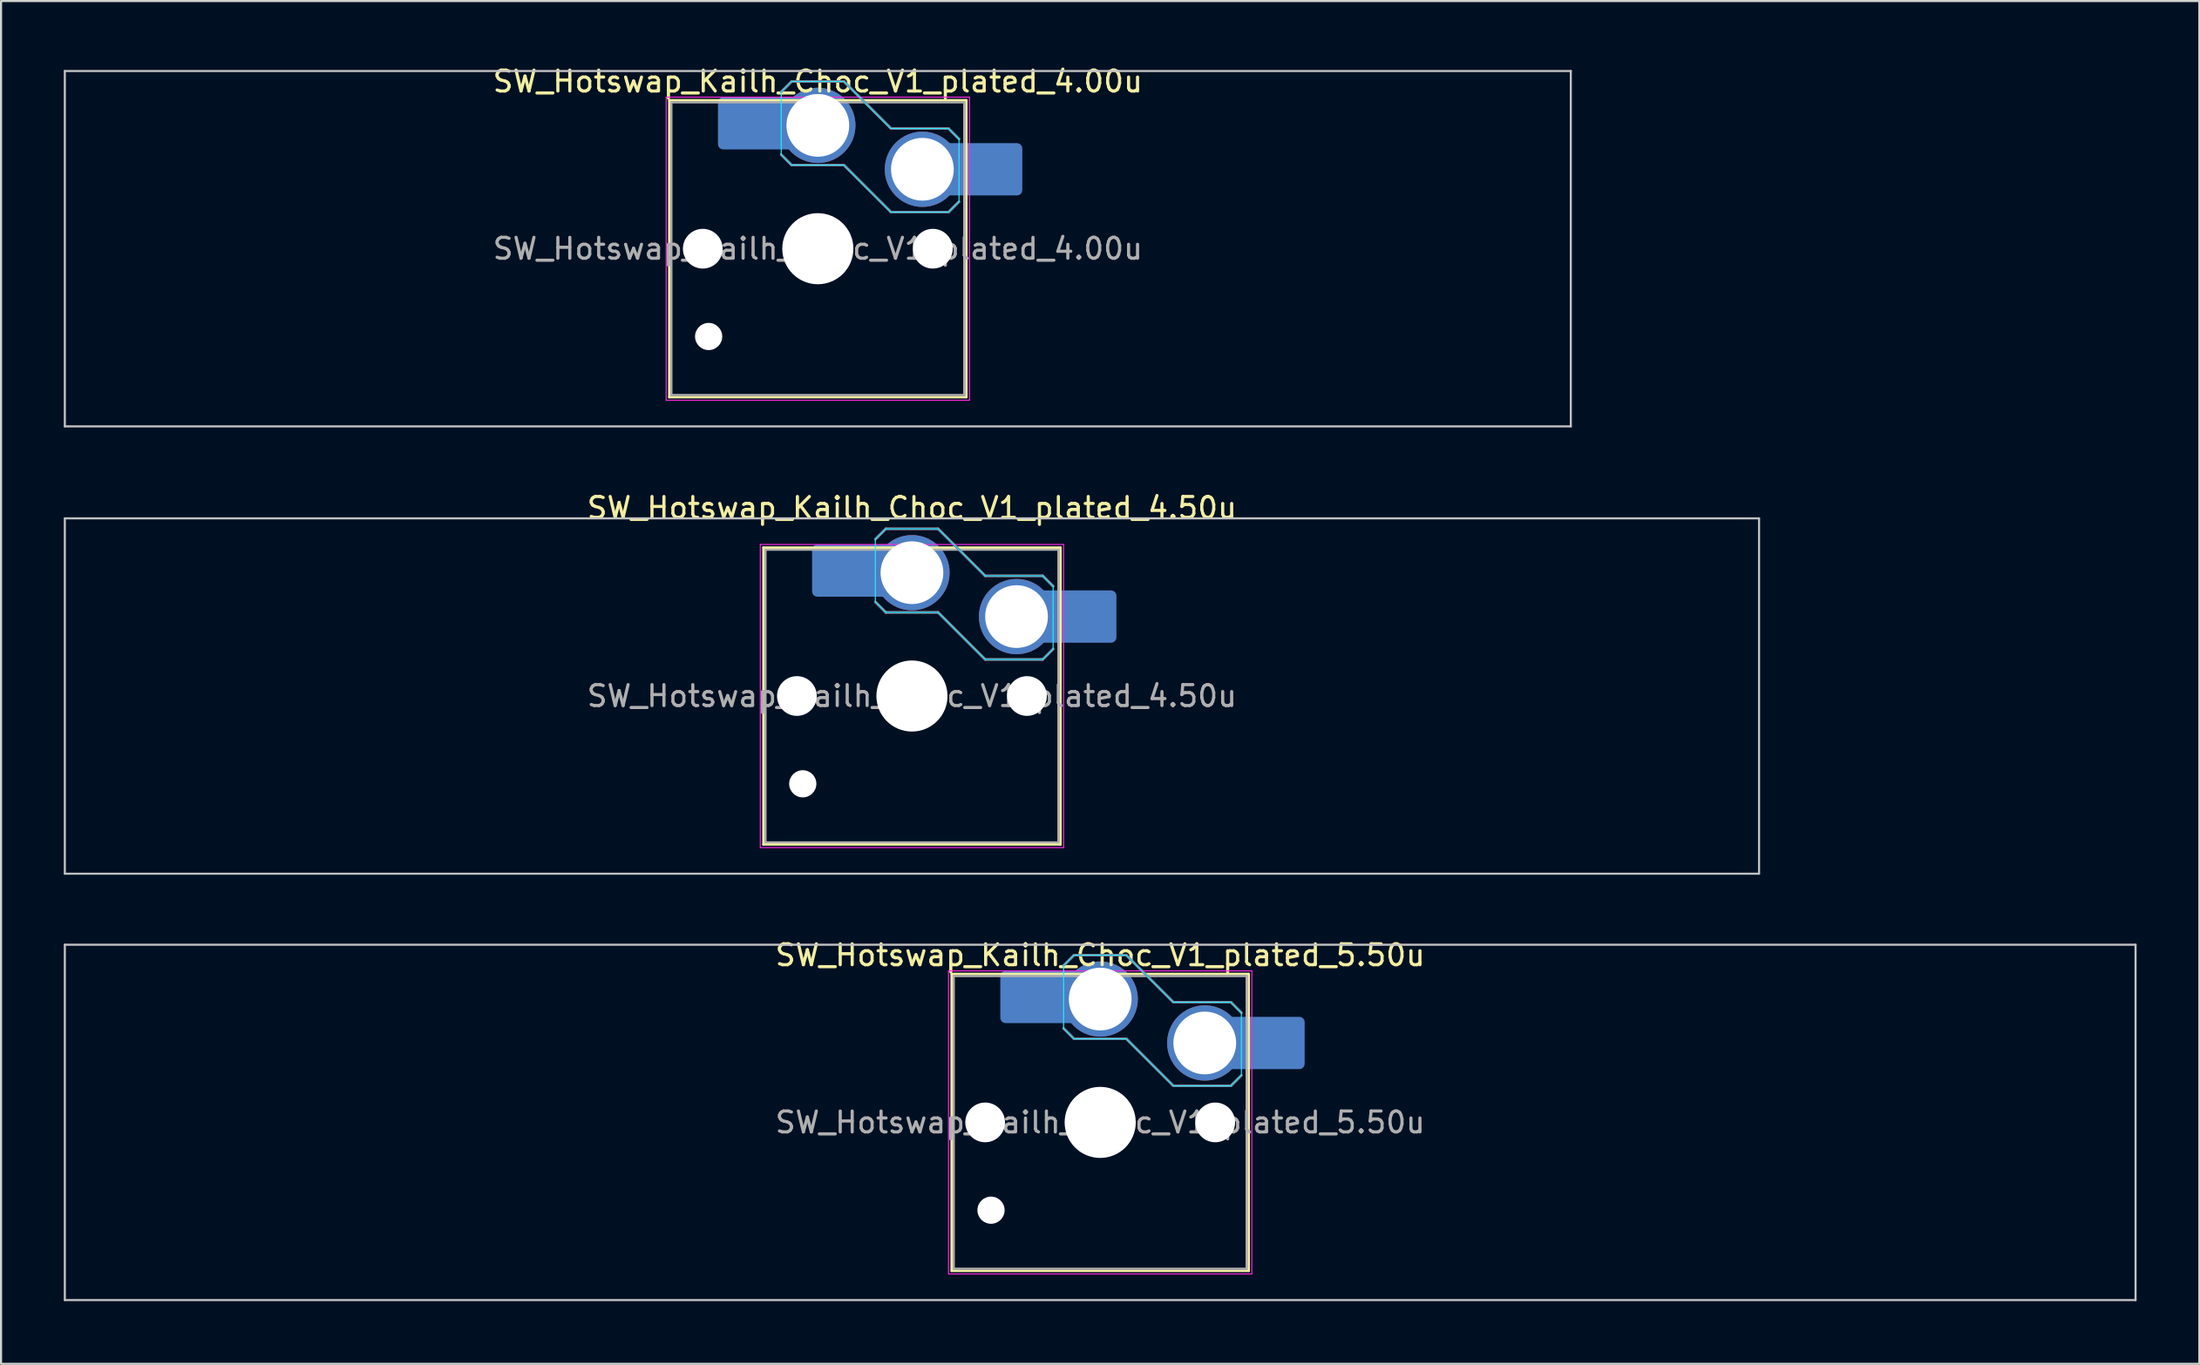
<source format=kicad_pcb>
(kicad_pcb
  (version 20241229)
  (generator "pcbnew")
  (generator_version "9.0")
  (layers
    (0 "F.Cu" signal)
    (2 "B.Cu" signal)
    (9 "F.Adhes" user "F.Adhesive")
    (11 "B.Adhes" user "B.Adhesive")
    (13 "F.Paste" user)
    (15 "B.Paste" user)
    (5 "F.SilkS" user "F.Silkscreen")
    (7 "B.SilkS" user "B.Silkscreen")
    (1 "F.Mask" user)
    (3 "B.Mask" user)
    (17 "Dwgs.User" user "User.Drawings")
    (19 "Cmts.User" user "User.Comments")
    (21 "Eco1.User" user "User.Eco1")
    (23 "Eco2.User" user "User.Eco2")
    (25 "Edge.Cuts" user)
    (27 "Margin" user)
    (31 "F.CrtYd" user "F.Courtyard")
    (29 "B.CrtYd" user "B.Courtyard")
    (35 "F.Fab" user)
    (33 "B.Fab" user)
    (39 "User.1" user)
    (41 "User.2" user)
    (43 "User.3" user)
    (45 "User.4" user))
  (footprint "SW_Hotswap_Kailh_Choc_V1_plated_4.50u"
    (layer "F.Cu")
    (at 40.55 30.247)
    (property "Reference" "SW_Hotswap_Kailh_Choc_V1_plated_4.50u" (at 0 -9 0) (layer "F.SilkS") (effects (font (size 1 1) (thickness 0.15))))
    (attr smd)
    (fp_line (start -7.1 -7.1) (end -7.1 7.1) (stroke (width 0.12) (type solid)) (layer "F.SilkS"))
    (fp_line (start -7.1 7.1) (end 7.1 7.1) (stroke (width 0.12) (type solid)) (layer "F.SilkS"))
    (fp_line (start 7.1 -7.1) (end -7.1 -7.1) (stroke (width 0.12) (type solid)) (layer "F.SilkS"))
    (fp_line (start 7.1 7.1) (end 7.1 -7.1) (stroke (width 0.12) (type solid)) (layer "F.SilkS"))
    (fp_line (start -1.75 -7.5) (end -1.25 -8) (stroke (width 0.12) (type solid)) (layer "B.SilkS"))
    (fp_line (start -1.25 -8) (end 1.25 -8) (stroke (width 0.12) (type solid)) (layer "B.SilkS"))
    (fp_line (start -1.25 -4) (end -1.75 -4.5) (stroke (width 0.12) (type solid)) (layer "B.SilkS"))
    (fp_line (start 1.25 -8) (end 3.5 -5.75) (stroke (width 0.12) (type solid)) (layer "B.SilkS"))
    (fp_line (start 1.25 -4) (end -1.25 -4) (stroke (width 0.12) (type solid)) (layer "B.SilkS"))
    (fp_line (start 3.5 -5.75) (end 6.25 -5.75) (stroke (width 0.12) (type solid)) (layer "B.SilkS"))
    (fp_line (start 3.5 -1.75) (end 1.25 -4) (stroke (width 0.12) (type solid)) (layer "B.SilkS"))
    (fp_line (start 6.25 -5.75) (end 6.75 -5.25) (stroke (width 0.12) (type solid)) (layer "B.SilkS"))
    (fp_line (start 6.25 -1.75) (end 3.5 -1.75) (stroke (width 0.12) (type solid)) (layer "B.SilkS"))
    (fp_line (start 6.75 -2.25) (end 6.25 -1.75) (stroke (width 0.12) (type solid)) (layer "B.SilkS"))
    (fp_line (start -40.5 -8.5) (end -40.5 8.5) (stroke (width 0.1) (type solid)) (layer "Dwgs.User"))
    (fp_line (start -40.5 8.5) (end 40.5 8.5) (stroke (width 0.1) (type solid)) (layer "Dwgs.User"))
    (fp_line (start 40.5 -8.5) (end -40.5 -8.5) (stroke (width 0.1) (type solid)) (layer "Dwgs.User"))
    (fp_line (start 40.5 8.5) (end 40.5 -8.5) (stroke (width 0.1) (type solid)) (layer "Dwgs.User"))
    (fp_line (start -1.75 -7.5) (end -1.25 -8) (stroke (width 0.05) (type solid)) (layer "B.CrtYd"))
    (fp_line (start -1.75 -4.5) (end -1.75 -7.5) (stroke (width 0.05) (type solid)) (layer "B.CrtYd"))
    (fp_line (start -1.25 -8) (end 1.25 -8) (stroke (width 0.05) (type solid)) (layer "B.CrtYd"))
    (fp_line (start -1.25 -4) (end -1.75 -4.5) (stroke (width 0.05) (type solid)) (layer "B.CrtYd"))
    (fp_line (start 1.25 -8) (end 3.5 -5.75) (stroke (width 0.05) (type solid)) (layer "B.CrtYd"))
    (fp_line (start 1.25 -4) (end -1.25 -4) (stroke (width 0.05) (type solid)) (layer "B.CrtYd"))
    (fp_line (start 3.5 -5.75) (end 6.25 -5.75) (stroke (width 0.05) (type solid)) (layer "B.CrtYd"))
    (fp_line (start 3.5 -1.75) (end 1.25 -4) (stroke (width 0.05) (type solid)) (layer "B.CrtYd"))
    (fp_line (start 6.25 -5.75) (end 6.75 -5.25) (stroke (width 0.05) (type solid)) (layer "B.CrtYd"))
    (fp_line (start 6.25 -1.75) (end 3.5 -1.75) (stroke (width 0.05) (type solid)) (layer "B.CrtYd"))
    (fp_line (start 6.75 -5.25) (end 6.75 -2.25) (stroke (width 0.05) (type solid)) (layer "B.CrtYd"))
    (fp_line (start 6.75 -2.25) (end 6.25 -1.75) (stroke (width 0.05) (type solid)) (layer "B.CrtYd"))
    (fp_line (start -7.25 -7.25) (end -7.25 7.25) (stroke (width 0.05) (type solid)) (layer "F.CrtYd"))
    (fp_line (start -7.25 7.25) (end 7.25 7.25) (stroke (width 0.05) (type solid)) (layer "F.CrtYd"))
    (fp_line (start 7.25 -7.25) (end -7.25 -7.25) (stroke (width 0.05) (type solid)) (layer "F.CrtYd"))
    (fp_line (start 7.25 7.25) (end 7.25 -7.25) (stroke (width 0.05) (type solid)) (layer "F.CrtYd"))
    (fp_line (start -1.75 -7.5) (end -1.25 -8) (stroke (width 0.1) (type solid)) (layer "B.Fab"))
    (fp_line (start -1.25 -8) (end 1.25 -8) (stroke (width 0.1) (type solid)) (layer "B.Fab"))
    (fp_line (start -1.25 -4) (end -1.75 -4.5) (stroke (width 0.1) (type solid)) (layer "B.Fab"))
    (fp_line (start 1.25 -8) (end 3.5 -5.75) (stroke (width 0.1) (type solid)) (layer "B.Fab"))
    (fp_line (start 1.25 -4) (end -1.25 -4) (stroke (width 0.1) (type solid)) (layer "B.Fab"))
    (fp_line (start 3.5 -5.75) (end 6.25 -5.75) (stroke (width 0.1) (type solid)) (layer "B.Fab"))
    (fp_line (start 3.5 -1.75) (end 1.25 -4) (stroke (width 0.1) (type solid)) (layer "B.Fab"))
    (fp_line (start 6.25 -5.75) (end 6.75 -5.25) (stroke (width 0.1) (type solid)) (layer "B.Fab"))
    (fp_line (start 6.25 -1.75) (end 3.5 -1.75) (stroke (width 0.1) (type solid)) (layer "B.Fab"))
    (fp_line (start 6.75 -2.25) (end 6.25 -1.75) (stroke (width 0.1) (type solid)) (layer "B.Fab"))
    (fp_line (start -7 -7) (end -7 7) (stroke (width 0.1) (type solid)) (layer "F.Fab"))
    (fp_line (start -7 7) (end 7 7) (stroke (width 0.1) (type solid)) (layer "F.Fab"))
    (fp_line (start 7 -7) (end -7 -7) (stroke (width 0.1) (type solid)) (layer "F.Fab"))
    (fp_line (start 7 7) (end 7 -7) (stroke (width 0.1) (type solid)) (layer "F.Fab"))
    (fp_text user "${REFERENCE}" (at 0 0 0) (layer "F.Fab") (effects (font (size 1 1) (thickness 0.15))))
    (pad "" np_thru_hole circle (at -5.5 0) (size 1.9 1.9) (drill 1.9) (layers "*.Cu" "*.Mask"))
    (pad "" np_thru_hole circle (at -5.22 4.2) (size 1.3 1.3) (drill 1.3) (layers "*.Cu" "*.Mask"))
    (pad "" smd roundrect (at -3.5 -6) (size 2.55 2.5) (layers "B.Mask" "B.Paste") (roundrect_rratio 0.1))
    (pad "" np_thru_hole circle (at 0 0) (size 3.4 3.4) (drill 3.4) (layers "*.Cu" "*.Mask"))
    (pad "" np_thru_hole circle (at 5.5 0) (size 1.9 1.9) (drill 1.9) (layers "*.Cu" "*.Mask"))
    (pad "" smd roundrect (at 8.5 -3.8) (size 2.55 2.5) (layers "B.Mask" "B.Paste") (roundrect_rratio 0.1))
    (pad "1" smd roundrect (at -2.85 -6) (size 3.85 2.5) (layers "B.Cu") (roundrect_rratio 0.1))
    (pad "1" thru_hole circle (at 0 -5.9) (size 3.6 3.6) (drill 3) (layers "*.Cu" "B.Mask"))
    (pad "2" thru_hole circle (at 5 -3.8) (size 3.6 3.6) (drill 3) (layers "*.Cu" "B.Mask"))
    (pad "2" smd roundrect (at 7.85 -3.8) (size 3.85 2.5) (layers "B.Cu") (roundrect_rratio 0.1)))
  (footprint "SW_Hotswap_Kailh_Choc_V1_plated_4.00u"
    (layer "F.Cu")
    (at 36.05 8.848)
    (property "Reference" "SW_Hotswap_Kailh_Choc_V1_plated_4.00u" (at 0 -8 0) (layer "F.SilkS") (effects (font (size 1 1) (thickness 0.15))))
    (attr smd)
    (fp_line (start -7.1 -7.1) (end -7.1 7.1) (stroke (width 0.12) (type solid)) (layer "F.SilkS"))
    (fp_line (start -7.1 7.1) (end 7.1 7.1) (stroke (width 0.12) (type solid)) (layer "F.SilkS"))
    (fp_line (start 7.1 -7.1) (end -7.1 -7.1) (stroke (width 0.12) (type solid)) (layer "F.SilkS"))
    (fp_line (start 7.1 7.1) (end 7.1 -7.1) (stroke (width 0.12) (type solid)) (layer "F.SilkS"))
    (fp_line (start -1.75 -7.5) (end -1.25 -8) (stroke (width 0.12) (type solid)) (layer "B.SilkS"))
    (fp_line (start -1.25 -8) (end 1.25 -8) (stroke (width 0.12) (type solid)) (layer "B.SilkS"))
    (fp_line (start -1.25 -4) (end -1.75 -4.5) (stroke (width 0.12) (type solid)) (layer "B.SilkS"))
    (fp_line (start 1.25 -8) (end 3.5 -5.75) (stroke (width 0.12) (type solid)) (layer "B.SilkS"))
    (fp_line (start 1.25 -4) (end -1.25 -4) (stroke (width 0.12) (type solid)) (layer "B.SilkS"))
    (fp_line (start 3.5 -5.75) (end 6.25 -5.75) (stroke (width 0.12) (type solid)) (layer "B.SilkS"))
    (fp_line (start 3.5 -1.75) (end 1.25 -4) (stroke (width 0.12) (type solid)) (layer "B.SilkS"))
    (fp_line (start 6.25 -5.75) (end 6.75 -5.25) (stroke (width 0.12) (type solid)) (layer "B.SilkS"))
    (fp_line (start 6.25 -1.75) (end 3.5 -1.75) (stroke (width 0.12) (type solid)) (layer "B.SilkS"))
    (fp_line (start 6.75 -2.25) (end 6.25 -1.75) (stroke (width 0.12) (type solid)) (layer "B.SilkS"))
    (fp_line (start -36 -8.5) (end -36 8.5) (stroke (width 0.1) (type solid)) (layer "Dwgs.User"))
    (fp_line (start -36 8.5) (end 36 8.5) (stroke (width 0.1) (type solid)) (layer "Dwgs.User"))
    (fp_line (start 36 -8.5) (end -36 -8.5) (stroke (width 0.1) (type solid)) (layer "Dwgs.User"))
    (fp_line (start 36 8.5) (end 36 -8.5) (stroke (width 0.1) (type solid)) (layer "Dwgs.User"))
    (fp_line (start -1.75 -7.5) (end -1.25 -8) (stroke (width 0.05) (type solid)) (layer "B.CrtYd"))
    (fp_line (start -1.75 -4.5) (end -1.75 -7.5) (stroke (width 0.05) (type solid)) (layer "B.CrtYd"))
    (fp_line (start -1.25 -8) (end 1.25 -8) (stroke (width 0.05) (type solid)) (layer "B.CrtYd"))
    (fp_line (start -1.25 -4) (end -1.75 -4.5) (stroke (width 0.05) (type solid)) (layer "B.CrtYd"))
    (fp_line (start 1.25 -8) (end 3.5 -5.75) (stroke (width 0.05) (type solid)) (layer "B.CrtYd"))
    (fp_line (start 1.25 -4) (end -1.25 -4) (stroke (width 0.05) (type solid)) (layer "B.CrtYd"))
    (fp_line (start 3.5 -5.75) (end 6.25 -5.75) (stroke (width 0.05) (type solid)) (layer "B.CrtYd"))
    (fp_line (start 3.5 -1.75) (end 1.25 -4) (stroke (width 0.05) (type solid)) (layer "B.CrtYd"))
    (fp_line (start 6.25 -5.75) (end 6.75 -5.25) (stroke (width 0.05) (type solid)) (layer "B.CrtYd"))
    (fp_line (start 6.25 -1.75) (end 3.5 -1.75) (stroke (width 0.05) (type solid)) (layer "B.CrtYd"))
    (fp_line (start 6.75 -5.25) (end 6.75 -2.25) (stroke (width 0.05) (type solid)) (layer "B.CrtYd"))
    (fp_line (start 6.75 -2.25) (end 6.25 -1.75) (stroke (width 0.05) (type solid)) (layer "B.CrtYd"))
    (fp_line (start -7.25 -7.25) (end -7.25 7.25) (stroke (width 0.05) (type solid)) (layer "F.CrtYd"))
    (fp_line (start -7.25 7.25) (end 7.25 7.25) (stroke (width 0.05) (type solid)) (layer "F.CrtYd"))
    (fp_line (start 7.25 -7.25) (end -7.25 -7.25) (stroke (width 0.05) (type solid)) (layer "F.CrtYd"))
    (fp_line (start 7.25 7.25) (end 7.25 -7.25) (stroke (width 0.05) (type solid)) (layer "F.CrtYd"))
    (fp_line (start -1.75 -7.5) (end -1.25 -8) (stroke (width 0.1) (type solid)) (layer "B.Fab"))
    (fp_line (start -1.25 -8) (end 1.25 -8) (stroke (width 0.1) (type solid)) (layer "B.Fab"))
    (fp_line (start -1.25 -4) (end -1.75 -4.5) (stroke (width 0.1) (type solid)) (layer "B.Fab"))
    (fp_line (start 1.25 -8) (end 3.5 -5.75) (stroke (width 0.1) (type solid)) (layer "B.Fab"))
    (fp_line (start 1.25 -4) (end -1.25 -4) (stroke (width 0.1) (type solid)) (layer "B.Fab"))
    (fp_line (start 3.5 -5.75) (end 6.25 -5.75) (stroke (width 0.1) (type solid)) (layer "B.Fab"))
    (fp_line (start 3.5 -1.75) (end 1.25 -4) (stroke (width 0.1) (type solid)) (layer "B.Fab"))
    (fp_line (start 6.25 -5.75) (end 6.75 -5.25) (stroke (width 0.1) (type solid)) (layer "B.Fab"))
    (fp_line (start 6.25 -1.75) (end 3.5 -1.75) (stroke (width 0.1) (type solid)) (layer "B.Fab"))
    (fp_line (start 6.75 -2.25) (end 6.25 -1.75) (stroke (width 0.1) (type solid)) (layer "B.Fab"))
    (fp_line (start -7 -7) (end -7 7) (stroke (width 0.1) (type solid)) (layer "F.Fab"))
    (fp_line (start -7 7) (end 7 7) (stroke (width 0.1) (type solid)) (layer "F.Fab"))
    (fp_line (start 7 -7) (end -7 -7) (stroke (width 0.1) (type solid)) (layer "F.Fab"))
    (fp_line (start 7 7) (end 7 -7) (stroke (width 0.1) (type solid)) (layer "F.Fab"))
    (fp_text user "${REFERENCE}" (at 0 0 0) (layer "F.Fab") (effects (font (size 1 1) (thickness 0.15))))
    (pad "" np_thru_hole circle (at -5.5 0) (size 1.9 1.9) (drill 1.9) (layers "*.Cu" "*.Mask"))
    (pad "" np_thru_hole circle (at -5.22 4.2) (size 1.3 1.3) (drill 1.3) (layers "*.Cu" "*.Mask"))
    (pad "" smd roundrect (at -3.5 -6) (size 2.55 2.5) (layers "B.Mask" "B.Paste") (roundrect_rratio 0.1))
    (pad "" np_thru_hole circle (at 0 0) (size 3.4 3.4) (drill 3.4) (layers "*.Cu" "*.Mask"))
    (pad "" np_thru_hole circle (at 5.5 0) (size 1.9 1.9) (drill 1.9) (layers "*.Cu" "*.Mask"))
    (pad "" smd roundrect (at 8.5 -3.8) (size 2.55 2.5) (layers "B.Mask" "B.Paste") (roundrect_rratio 0.1))
    (pad "1" smd roundrect (at -2.85 -6) (size 3.85 2.5) (layers "B.Cu") (roundrect_rratio 0.1))
    (pad "1" thru_hole circle (at 0 -5.9) (size 3.6 3.6) (drill 3) (layers "*.Cu" "B.Mask"))
    (pad "2" thru_hole circle (at 5 -3.8) (size 3.6 3.6) (drill 3) (layers "*.Cu" "B.Mask"))
    (pad "2" smd roundrect (at 7.85 -3.8) (size 3.85 2.5) (layers "B.Cu") (roundrect_rratio 0.1)))
  (footprint "SW_Hotswap_Kailh_Choc_V1_plated_5.50u"
    (layer "F.Cu")
    (at 49.55 50.645)
    (property "Reference" "SW_Hotswap_Kailh_Choc_V1_plated_5.50u" (at 0 -8 0) (layer "F.SilkS") (effects (font (size 1 1) (thickness 0.15))))
    (attr smd)
    (fp_line (start -7.1 -7.1) (end -7.1 7.1) (stroke (width 0.12) (type solid)) (layer "F.SilkS"))
    (fp_line (start -7.1 7.1) (end 7.1 7.1) (stroke (width 0.12) (type solid)) (layer "F.SilkS"))
    (fp_line (start 7.1 -7.1) (end -7.1 -7.1) (stroke (width 0.12) (type solid)) (layer "F.SilkS"))
    (fp_line (start 7.1 7.1) (end 7.1 -7.1) (stroke (width 0.12) (type solid)) (layer "F.SilkS"))
    (fp_line (start -1.75 -7.5) (end -1.25 -8) (stroke (width 0.12) (type solid)) (layer "B.SilkS"))
    (fp_line (start -1.25 -8) (end 1.25 -8) (stroke (width 0.12) (type solid)) (layer "B.SilkS"))
    (fp_line (start -1.25 -4) (end -1.75 -4.5) (stroke (width 0.12) (type solid)) (layer "B.SilkS"))
    (fp_line (start 1.25 -8) (end 3.5 -5.75) (stroke (width 0.12) (type solid)) (layer "B.SilkS"))
    (fp_line (start 1.25 -4) (end -1.25 -4) (stroke (width 0.12) (type solid)) (layer "B.SilkS"))
    (fp_line (start 3.5 -5.75) (end 6.25 -5.75) (stroke (width 0.12) (type solid)) (layer "B.SilkS"))
    (fp_line (start 3.5 -1.75) (end 1.25 -4) (stroke (width 0.12) (type solid)) (layer "B.SilkS"))
    (fp_line (start 6.25 -5.75) (end 6.75 -5.25) (stroke (width 0.12) (type solid)) (layer "B.SilkS"))
    (fp_line (start 6.25 -1.75) (end 3.5 -1.75) (stroke (width 0.12) (type solid)) (layer "B.SilkS"))
    (fp_line (start 6.75 -2.25) (end 6.25 -1.75) (stroke (width 0.12) (type solid)) (layer "B.SilkS"))
    (fp_line (start -49.5 -8.5) (end -49.5 8.5) (stroke (width 0.1) (type solid)) (layer "Dwgs.User"))
    (fp_line (start -49.5 8.5) (end 49.5 8.5) (stroke (width 0.1) (type solid)) (layer "Dwgs.User"))
    (fp_line (start 49.5 -8.5) (end -49.5 -8.5) (stroke (width 0.1) (type solid)) (layer "Dwgs.User"))
    (fp_line (start 49.5 8.5) (end 49.5 -8.5) (stroke (width 0.1) (type solid)) (layer "Dwgs.User"))
    (fp_line (start -1.75 -7.5) (end -1.25 -8) (stroke (width 0.05) (type solid)) (layer "B.CrtYd"))
    (fp_line (start -1.75 -4.5) (end -1.75 -7.5) (stroke (width 0.05) (type solid)) (layer "B.CrtYd"))
    (fp_line (start -1.25 -8) (end 1.25 -8) (stroke (width 0.05) (type solid)) (layer "B.CrtYd"))
    (fp_line (start -1.25 -4) (end -1.75 -4.5) (stroke (width 0.05) (type solid)) (layer "B.CrtYd"))
    (fp_line (start 1.25 -8) (end 3.5 -5.75) (stroke (width 0.05) (type solid)) (layer "B.CrtYd"))
    (fp_line (start 1.25 -4) (end -1.25 -4) (stroke (width 0.05) (type solid)) (layer "B.CrtYd"))
    (fp_line (start 3.5 -5.75) (end 6.25 -5.75) (stroke (width 0.05) (type solid)) (layer "B.CrtYd"))
    (fp_line (start 3.5 -1.75) (end 1.25 -4) (stroke (width 0.05) (type solid)) (layer "B.CrtYd"))
    (fp_line (start 6.25 -5.75) (end 6.75 -5.25) (stroke (width 0.05) (type solid)) (layer "B.CrtYd"))
    (fp_line (start 6.25 -1.75) (end 3.5 -1.75) (stroke (width 0.05) (type solid)) (layer "B.CrtYd"))
    (fp_line (start 6.75 -5.25) (end 6.75 -2.25) (stroke (width 0.05) (type solid)) (layer "B.CrtYd"))
    (fp_line (start 6.75 -2.25) (end 6.25 -1.75) (stroke (width 0.05) (type solid)) (layer "B.CrtYd"))
    (fp_line (start -7.25 -7.25) (end -7.25 7.25) (stroke (width 0.05) (type solid)) (layer "F.CrtYd"))
    (fp_line (start -7.25 7.25) (end 7.25 7.25) (stroke (width 0.05) (type solid)) (layer "F.CrtYd"))
    (fp_line (start 7.25 -7.25) (end -7.25 -7.25) (stroke (width 0.05) (type solid)) (layer "F.CrtYd"))
    (fp_line (start 7.25 7.25) (end 7.25 -7.25) (stroke (width 0.05) (type solid)) (layer "F.CrtYd"))
    (fp_line (start -1.75 -7.5) (end -1.25 -8) (stroke (width 0.1) (type solid)) (layer "B.Fab"))
    (fp_line (start -1.25 -8) (end 1.25 -8) (stroke (width 0.1) (type solid)) (layer "B.Fab"))
    (fp_line (start -1.25 -4) (end -1.75 -4.5) (stroke (width 0.1) (type solid)) (layer "B.Fab"))
    (fp_line (start 1.25 -8) (end 3.5 -5.75) (stroke (width 0.1) (type solid)) (layer "B.Fab"))
    (fp_line (start 1.25 -4) (end -1.25 -4) (stroke (width 0.1) (type solid)) (layer "B.Fab"))
    (fp_line (start 3.5 -5.75) (end 6.25 -5.75) (stroke (width 0.1) (type solid)) (layer "B.Fab"))
    (fp_line (start 3.5 -1.75) (end 1.25 -4) (stroke (width 0.1) (type solid)) (layer "B.Fab"))
    (fp_line (start 6.25 -5.75) (end 6.75 -5.25) (stroke (width 0.1) (type solid)) (layer "B.Fab"))
    (fp_line (start 6.25 -1.75) (end 3.5 -1.75) (stroke (width 0.1) (type solid)) (layer "B.Fab"))
    (fp_line (start 6.75 -2.25) (end 6.25 -1.75) (stroke (width 0.1) (type solid)) (layer "B.Fab"))
    (fp_line (start -7 -7) (end -7 7) (stroke (width 0.1) (type solid)) (layer "F.Fab"))
    (fp_line (start -7 7) (end 7 7) (stroke (width 0.1) (type solid)) (layer "F.Fab"))
    (fp_line (start 7 -7) (end -7 -7) (stroke (width 0.1) (type solid)) (layer "F.Fab"))
    (fp_line (start 7 7) (end 7 -7) (stroke (width 0.1) (type solid)) (layer "F.Fab"))
    (fp_text user "${REFERENCE}" (at 0 0 0) (layer "F.Fab") (effects (font (size 1 1) (thickness 0.15))))
    (pad "" np_thru_hole circle (at -5.5 0) (size 1.9 1.9) (drill 1.9) (layers "*.Cu" "*.Mask"))
    (pad "" np_thru_hole circle (at -5.22 4.2) (size 1.3 1.3) (drill 1.3) (layers "*.Cu" "*.Mask"))
    (pad "" smd roundrect (at -3.5 -6) (size 2.55 2.5) (layers "B.Mask" "B.Paste") (roundrect_rratio 0.1))
    (pad "" np_thru_hole circle (at 0 0) (size 3.4 3.4) (drill 3.4) (layers "*.Cu" "*.Mask"))
    (pad "" np_thru_hole circle (at 5.5 0) (size 1.9 1.9) (drill 1.9) (layers "*.Cu" "*.Mask"))
    (pad "" smd roundrect (at 8.5 -3.8) (size 2.55 2.5) (layers "B.Mask" "B.Paste") (roundrect_rratio 0.1))
    (pad "1" smd roundrect (at -2.85 -6) (size 3.85 2.5) (layers "B.Cu") (roundrect_rratio 0.1))
    (pad "1" thru_hole circle (at 0 -5.9) (size 3.6 3.6) (drill 3) (layers "*.Cu" "B.Mask"))
    (pad "2" thru_hole circle (at 5 -3.8) (size 3.6 3.6) (drill 3) (layers "*.Cu" "B.Mask"))
    (pad "2" smd roundrect (at 7.85 -3.8) (size 3.85 2.5) (layers "B.Cu") (roundrect_rratio 0.1)))
  (gr_rect
    (start -3 -3)
    (end 102.1 62.195)
    (stroke (width 0.1) (type default))
    (fill no)
    (layer "Edge.Cuts")))
</source>
